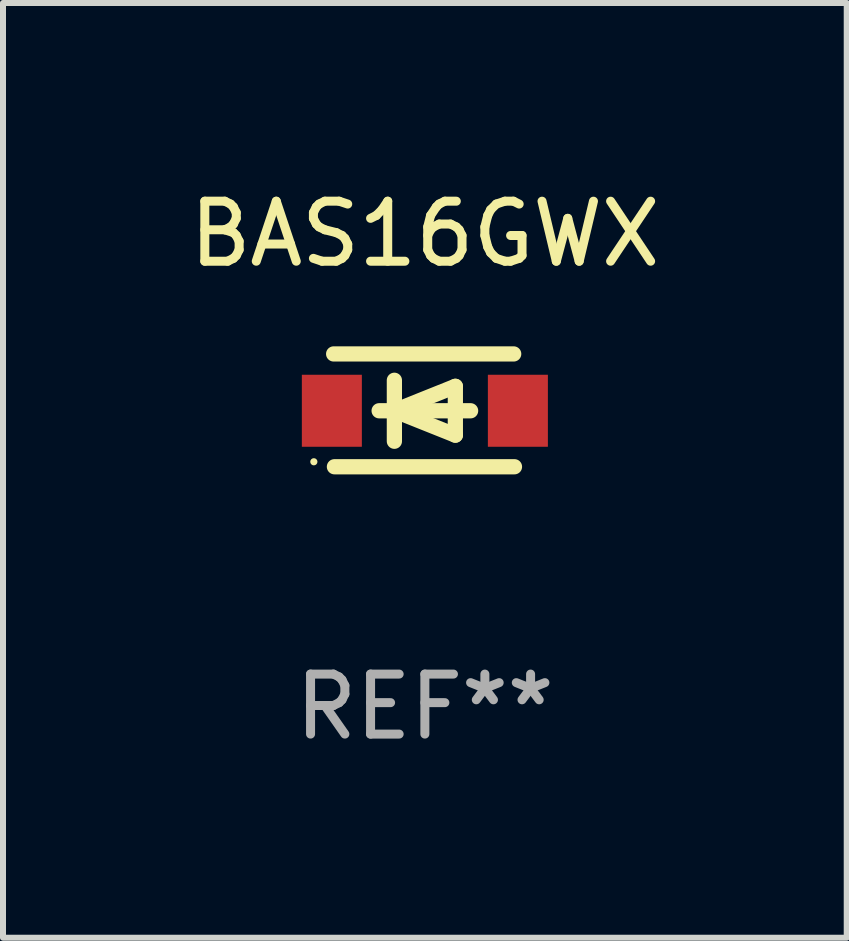
<source format=kicad_pcb>
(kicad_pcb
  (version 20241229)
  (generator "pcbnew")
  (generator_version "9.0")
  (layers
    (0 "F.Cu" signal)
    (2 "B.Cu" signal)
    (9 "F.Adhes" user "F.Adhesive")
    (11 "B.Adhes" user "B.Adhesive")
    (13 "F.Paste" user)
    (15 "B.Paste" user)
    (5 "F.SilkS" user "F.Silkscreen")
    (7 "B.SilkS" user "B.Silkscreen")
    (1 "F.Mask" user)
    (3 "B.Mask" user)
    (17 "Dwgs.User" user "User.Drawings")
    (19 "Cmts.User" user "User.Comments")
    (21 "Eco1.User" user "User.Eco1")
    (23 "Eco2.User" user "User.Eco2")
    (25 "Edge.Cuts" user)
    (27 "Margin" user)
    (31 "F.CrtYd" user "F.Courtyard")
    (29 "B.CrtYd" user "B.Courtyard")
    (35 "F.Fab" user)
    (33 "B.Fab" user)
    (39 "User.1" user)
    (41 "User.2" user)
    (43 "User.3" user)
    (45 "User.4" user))
  (footprint "BAS16GWX"
    (layer "F.Cu")
    (at 4.03 3.788)
    (property "Reference" "BAS16GWX" (at 0 -2.94 0) (layer "F.SilkS") (effects (font (size 1 1) (thickness 0.15))))
    (attr through_hole)
    (fp_line (start -1.52 -0.94) (end 1.48 -0.94) (stroke (width 0.254) (type solid)) (layer "F.SilkS"))
    (fp_line (start -1.507 0.94) (end 1.493 0.94) (stroke (width 0.254) (type solid)) (layer "F.SilkS"))
    (fp_line (start -0.762 0.007) (end 0.762 0.007) (stroke (width 0.254) (type solid)) (layer "F.SilkS"))
    (fp_line (start -0.508 -0.501) (end -0.508 0.515) (stroke (width 0.254) (type solid)) (layer "F.SilkS"))
    (fp_line (start -0.508 0.007) (end 0.508 -0.4) (stroke (width 0.254) (type solid)) (layer "F.SilkS"))
    (fp_line (start 0.508 -0.4) (end 0.508 0.413) (stroke (width 0.254) (type solid)) (layer "F.SilkS"))
    (fp_line (start 0.508 0.413) (end -0.508 0.007) (stroke (width 0.254) (type solid)) (layer "F.SilkS"))
    (fp_circle (center -1.85 0.857) (end -1.82 0.857) (stroke (width 0.06) (type solid)) (fill no) (layer "F.SilkS"))
    (fp_text user "REF**" (at 0 4.94 0) (layer "F.Fab") (effects (font (size 1 1) (thickness 0.15))))
    (pad "1" smd rect (at -1.55 0.007) (size 1 1.2) (layers "F.Cu" "F.Mask" "F.Paste"))
    (pad "2" smd rect (at 1.55 0.007) (size 1 1.2) (layers "F.Cu" "F.Mask" "F.Paste")))
  (gr_rect
    (start -3 -3)
    (end 11.06 12.576)
    (stroke (width 0.1) (type default))
    (fill no)
    (layer "Edge.Cuts")))
</source>
